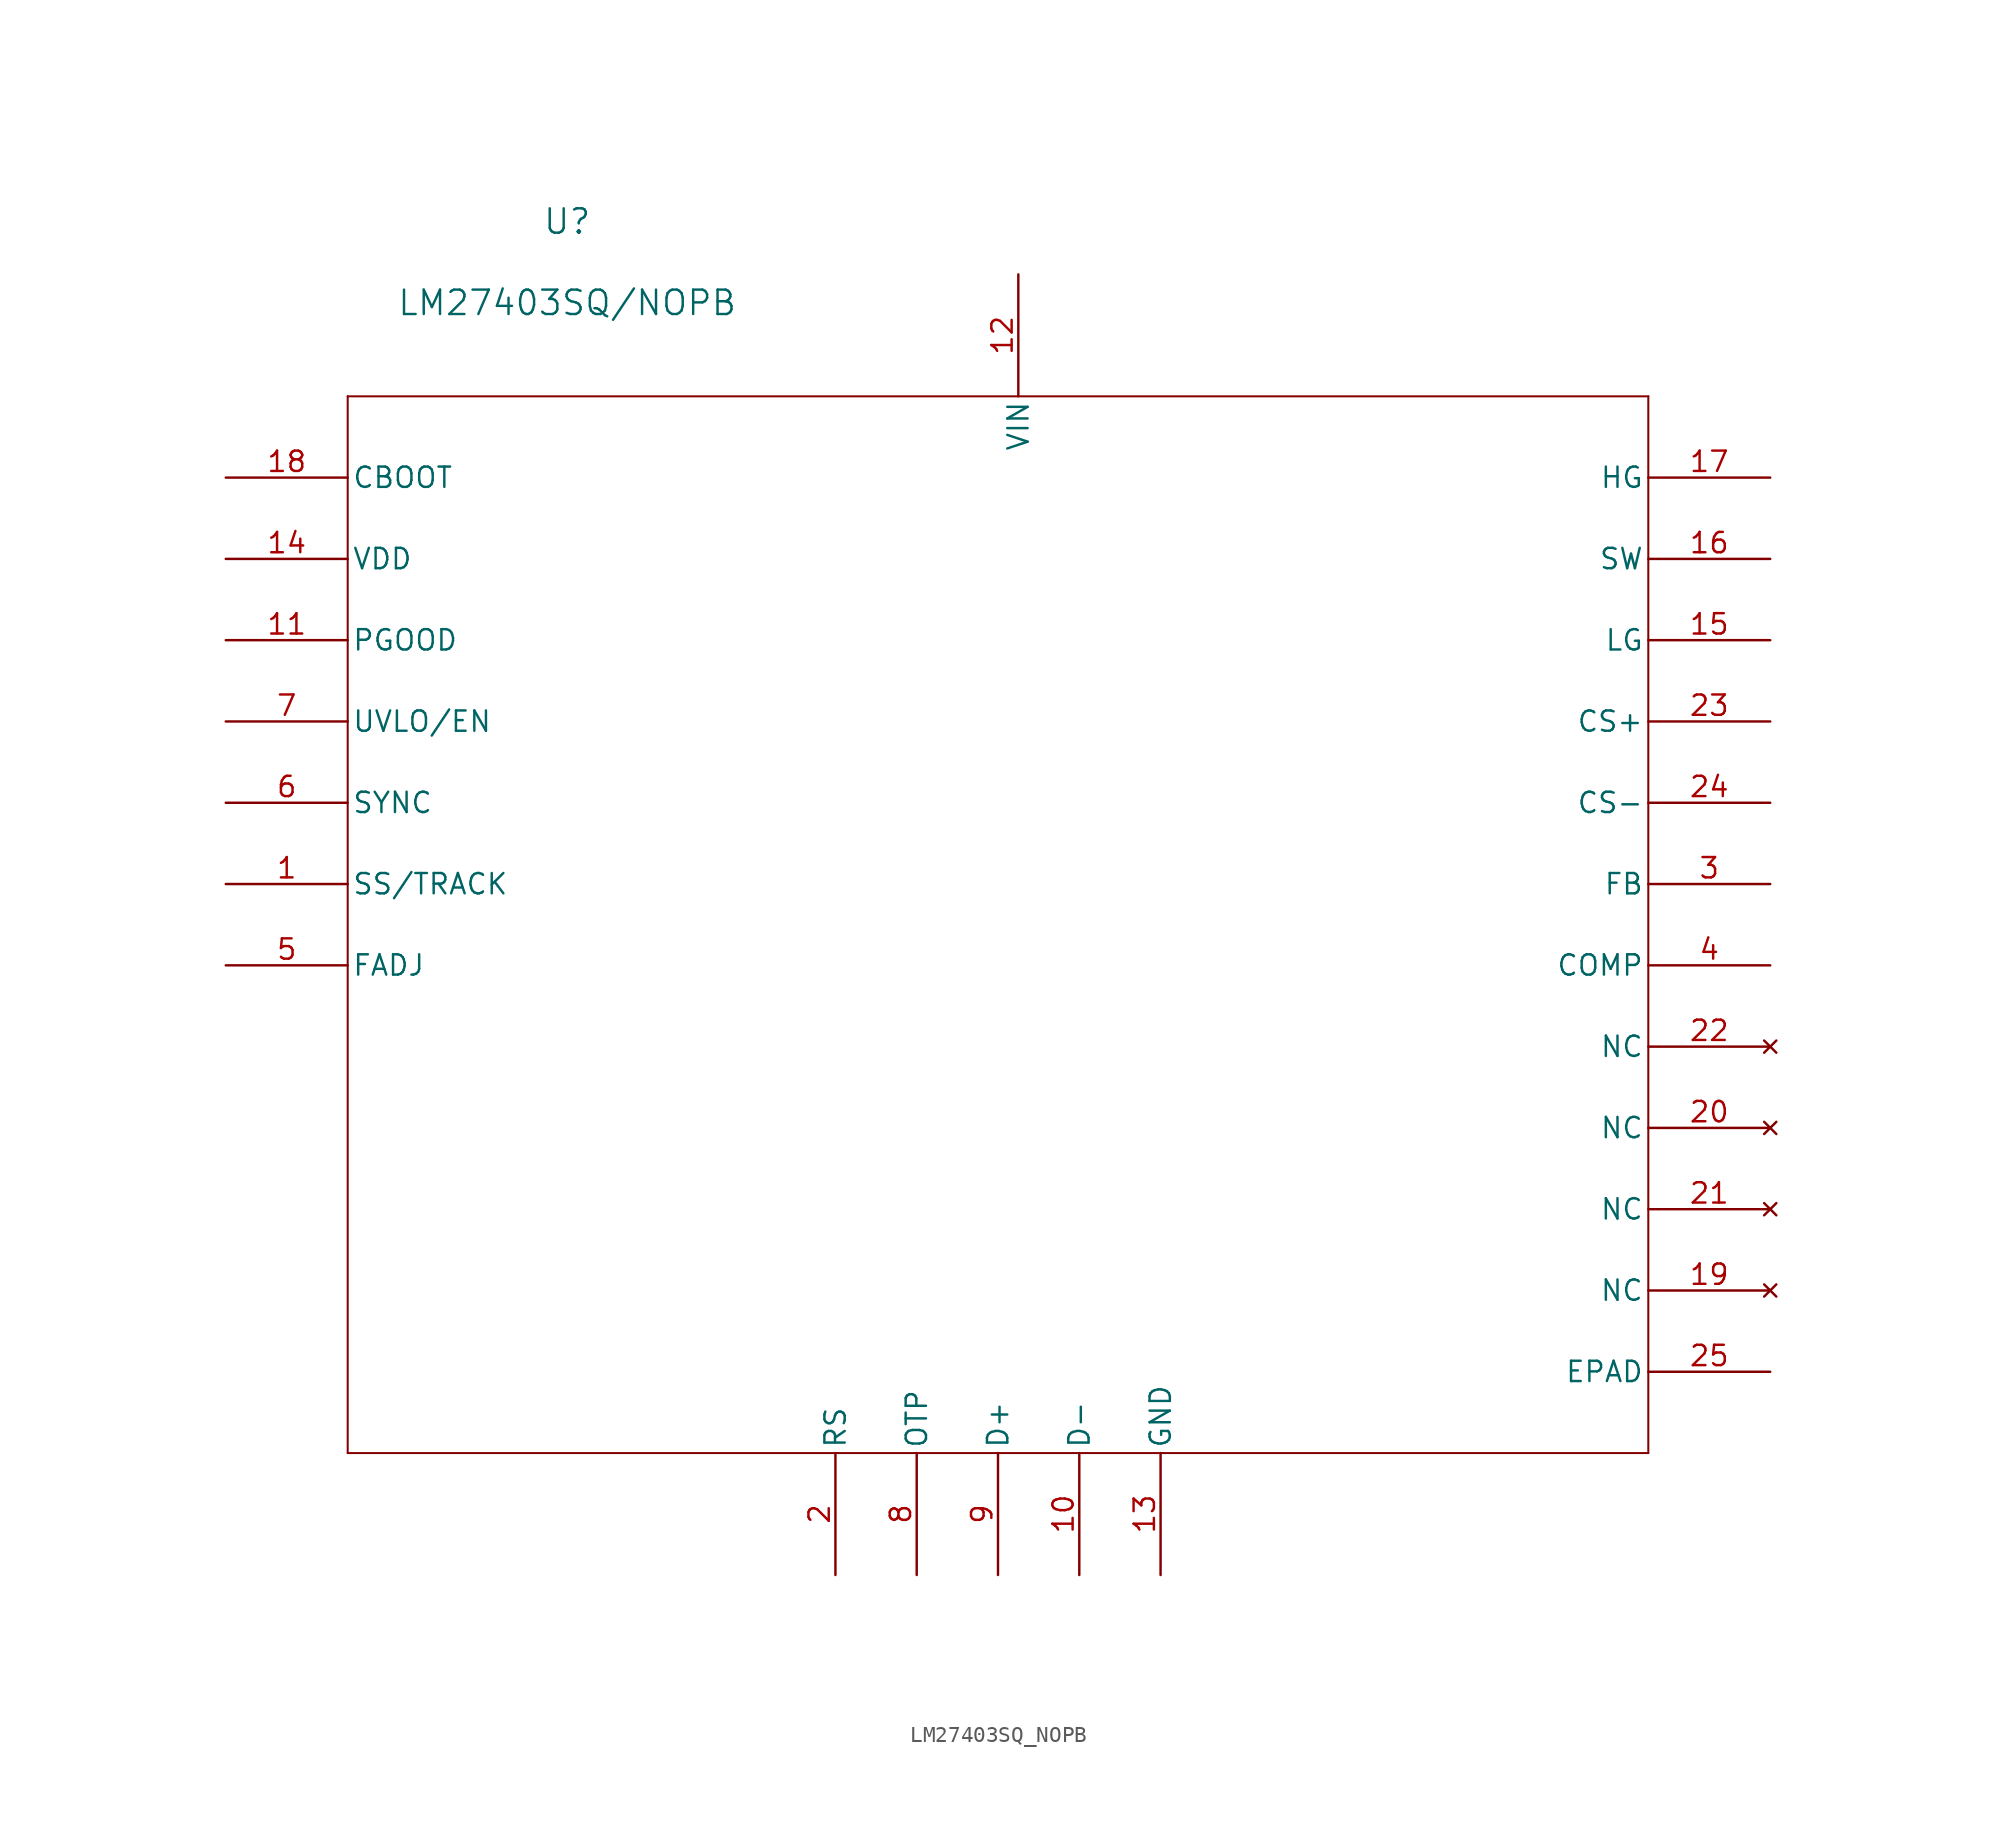
<source format=kicad_sym>
(kicad_symbol_lib
  (version 20231120)
  (generator "kicad_symbol_editor")
  (generator_version "8.0")
  (symbol "LM27403SQ_NOPB"
    (pin_names
      (offset 0.254))
    (property "Reference" "U"
      (at 21.336 18.542 0)
      (effects (font (size 1.524 1.524))))
    (property "Value" "LM27403SQ/NOPB"
      (at 21.336 13.462 0)
      (effects (font (size 1.524 1.524))))
    (property "ki_locked" ""
      (at 0 0 0)
      (effects (font (size 1.27 1.27))))
    (symbol "LM27403SQ_NOPB_0_1"
      (polyline (pts (xy 7.62 -58.42) (xy 88.9 -58.42)) (stroke (width 0.127) (type default)) (fill (type none)))
      (polyline (pts (xy 7.62 7.62) (xy 7.62 -58.42)) (stroke (width 0.127) (type default)) (fill (type none)))
      (polyline (pts (xy 88.9 -58.42) (xy 88.9 7.62)) (stroke (width 0.127) (type default)) (fill (type none)))
      (polyline (pts (xy 88.9 7.62) (xy 7.62 7.62)) (stroke (width 0.127) (type default)) (fill (type none)))
      (pin bidirectional line (at 0 -22.86 0) (length 7.62) (name "SS/TRACK" (effects (font (size 1.27 1.27)))) (number "1" (effects (font (size 1.27 1.27)))))
      (pin input line (at 53.34 -66.04 90) (length 7.62) (name "D-" (effects (font (size 1.27 1.27)))) (number "10" (effects (font (size 1.27 1.27)))))
      (pin output line (at 0 -7.62 0) (length 7.62) (name "PGOOD" (effects (font (size 1.27 1.27)))) (number "11" (effects (font (size 1.27 1.27)))))
      (pin power_in line (at 49.53 15.24 270) (length 7.62) (name "VIN" (effects (font (size 1.27 1.27)))) (number "12" (effects (font (size 1.27 1.27)))))
      (pin power_in line (at 58.42 -66.04 90) (length 7.62) (name "GND" (effects (font (size 1.27 1.27)))) (number "13" (effects (font (size 1.27 1.27)))))
      (pin power_in line (at 0 -2.54 0) (length 7.62) (name "VDD" (effects (font (size 1.27 1.27)))) (number "14" (effects (font (size 1.27 1.27)))))
      (pin output line (at 96.52 -7.62 180) (length 7.62) (name "LG" (effects (font (size 1.27 1.27)))) (number "15" (effects (font (size 1.27 1.27)))))
      (pin power_in line (at 96.52 -2.54 180) (length 7.62) (name "SW" (effects (font (size 1.27 1.27)))) (number "16" (effects (font (size 1.27 1.27)))))
      (pin output line (at 96.52 2.54 180) (length 7.62) (name "HG" (effects (font (size 1.27 1.27)))) (number "17" (effects (font (size 1.27 1.27)))))
      (pin power_in line (at 0 2.54 0) (length 7.62) (name "CBOOT" (effects (font (size 1.27 1.27)))) (number "18" (effects (font (size 1.27 1.27)))))
      (pin no_connect line (at 96.52 -48.26 180) (length 7.62) (name "NC" (effects (font (size 1.27 1.27)))) (number "19" (effects (font (size 1.27 1.27)))))
      (pin input line (at 38.1 -66.04 90) (length 7.62) (name "RS" (effects (font (size 1.27 1.27)))) (number "2" (effects (font (size 1.27 1.27)))))
      (pin no_connect line (at 96.52 -38.1 180) (length 7.62) (name "NC" (effects (font (size 1.27 1.27)))) (number "20" (effects (font (size 1.27 1.27)))))
      (pin no_connect line (at 96.52 -43.18 180) (length 7.62) (name "NC" (effects (font (size 1.27 1.27)))) (number "21" (effects (font (size 1.27 1.27)))))
      (pin no_connect line (at 96.52 -33.02 180) (length 7.62) (name "NC" (effects (font (size 1.27 1.27)))) (number "22" (effects (font (size 1.27 1.27)))))
      (pin input line (at 96.52 -12.7 180) (length 7.62) (name "CS+" (effects (font (size 1.27 1.27)))) (number "23" (effects (font (size 1.27 1.27)))))
      (pin input line (at 96.52 -17.78 180) (length 7.62) (name "CS-" (effects (font (size 1.27 1.27)))) (number "24" (effects (font (size 1.27 1.27)))))
      (pin unspecified line (at 96.52 -53.34 180) (length 7.62) (name "EPAD" (effects (font (size 1.27 1.27)))) (number "25" (effects (font (size 1.27 1.27)))))
      (pin input line (at 96.52 -22.86 180) (length 7.62) (name "FB" (effects (font (size 1.27 1.27)))) (number "3" (effects (font (size 1.27 1.27)))))
      (pin output line (at 96.52 -27.94 180) (length 7.62) (name "COMP" (effects (font (size 1.27 1.27)))) (number "4" (effects (font (size 1.27 1.27)))))
      (pin input line (at 0 -27.94 0) (length 7.62) (name "FADJ" (effects (font (size 1.27 1.27)))) (number "5" (effects (font (size 1.27 1.27)))))
      (pin input line (at 0 -17.78 0) (length 7.62) (name "SYNC" (effects (font (size 1.27 1.27)))) (number "6" (effects (font (size 1.27 1.27)))))
      (pin input line (at 0 -12.7 0) (length 7.62) (name "UVLO/EN" (effects (font (size 1.27 1.27)))) (number "7" (effects (font (size 1.27 1.27)))))
      (pin input line (at 43.18 -66.04 90) (length 7.62) (name "OTP" (effects (font (size 1.27 1.27)))) (number "8" (effects (font (size 1.27 1.27)))))
      (pin input line (at 48.26 -66.04 90) (length 7.62) (name "D+" (effects (font (size 1.27 1.27)))) (number "9" (effects (font (size 1.27 1.27))))))))
</source>
